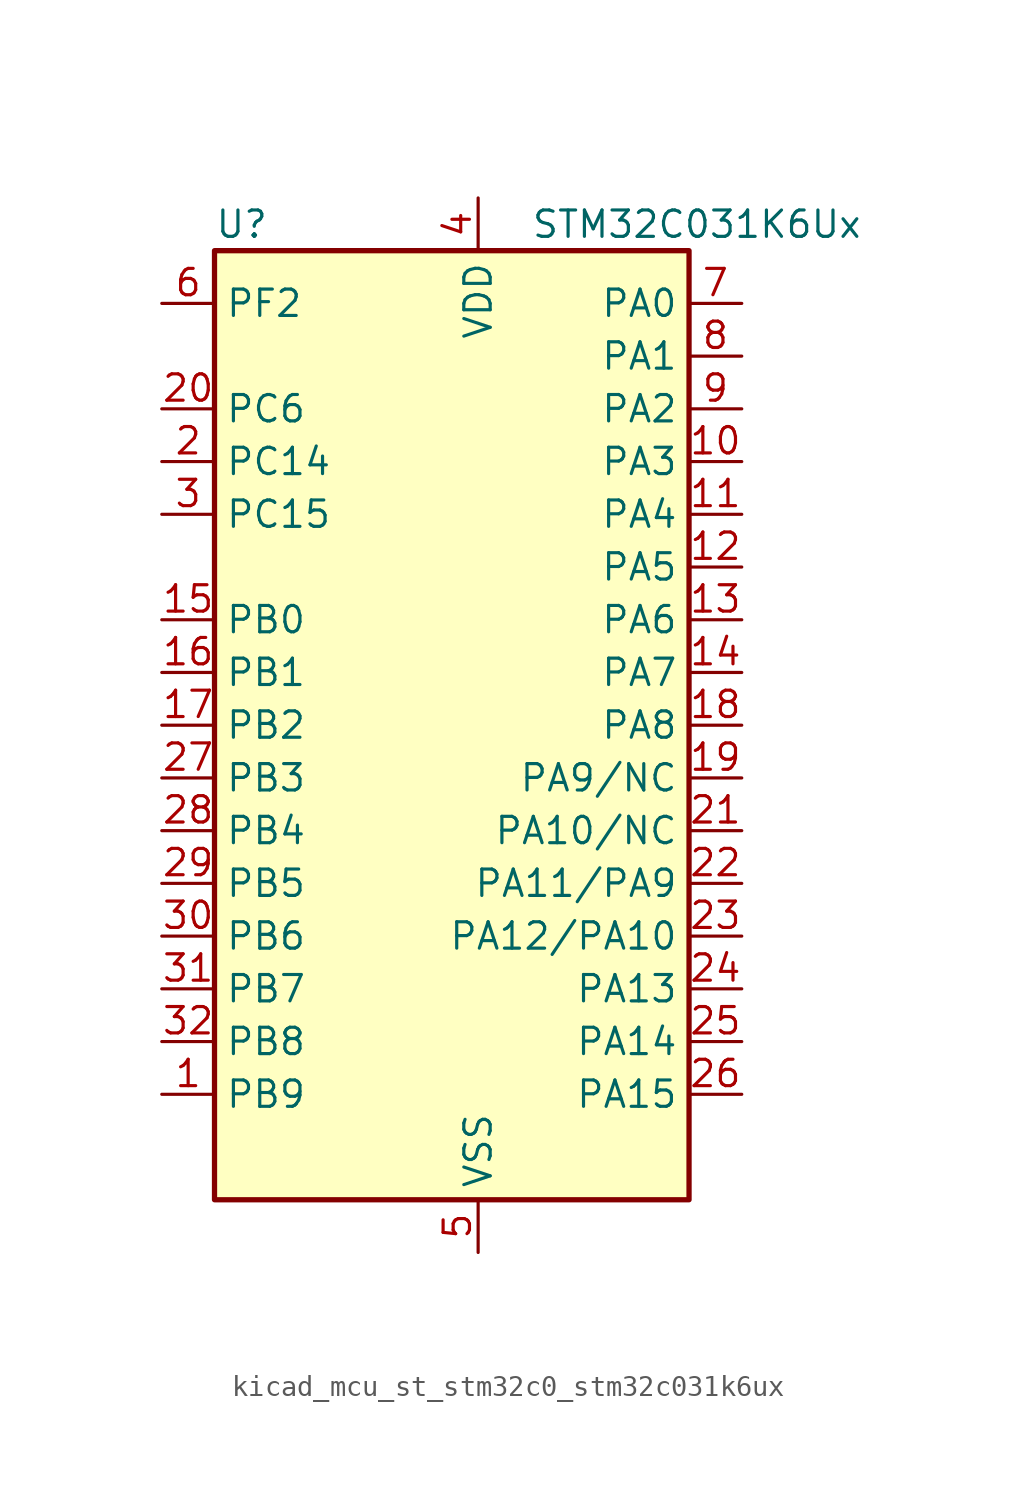
<source format=kicad_sym>
(kicad_symbol_lib
  (version 20220914)
  (generator kicad_symbol_editor)
  (symbol "kicad_mcu_st_stm32c0_stm32c031k6ux"
    (property "Reference" "U"
      (at -10.16 24.13 0)
      (effects (font (size 1.27 1.27)) (justify left)))
    (property "Value" "STM32C031K6Ux"
      (at 5.08 24.13 0)
      (effects (font (size 1.27 1.27)) (justify left)))
    (property "ki_locked" ""
      (at 0 0 0)
      (effects (font (size 1.27 1.27))))
    (symbol "kicad_mcu_st_stm32c0_stm32c031k6ux_0_1"
      (rectangle (start -10.16 -22.86) (end 12.7 22.86) (stroke (width 0.254) (type default)) (fill (type background))))
    (symbol "kicad_mcu_st_stm32c0_stm32c031k6ux_1_1"
      (pin bidirectional line (at -12.7 -17.78 0) (length 2.54) (name "PB9" (effects (font (size 1.27 1.27)))) (number "1" (effects (font (size 1.27 1.27)))) (alternate "I2C1_SDA" bidirectional line) (alternate "IR_OUT" bidirectional line) (alternate "TIM17_CH1" bidirectional line) (alternate "TIM3_CH2" bidirectional line) (alternate "USART2_CK" bidirectional line) (alternate "USART2_DE" bidirectional line) (alternate "USART2_RTS" bidirectional line))
      (pin bidirectional line (at 15.24 12.7 180) (length 2.54) (name "PA3" (effects (font (size 1.27 1.27)))) (number "10" (effects (font (size 1.27 1.27)))) (alternate "ADC1_IN3" bidirectional line) (alternate "TIM1_CH1N" bidirectional line) (alternate "TIM1_CH4" bidirectional line) (alternate "USART2_RX" bidirectional line))
      (pin bidirectional line (at 15.24 10.16 180) (length 2.54) (name "PA4" (effects (font (size 1.27 1.27)))) (number "11" (effects (font (size 1.27 1.27)))) (alternate "ADC1_IN4" bidirectional line) (alternate "I2S1_WS" bidirectional line) (alternate "PWR_WKUP2" bidirectional line) (alternate "RTC_OUT1" bidirectional line) (alternate "RTC_TS" bidirectional line) (alternate "SPI1_NSS" bidirectional line) (alternate "TIM14_CH1" bidirectional line) (alternate "TIM17_CH1N" bidirectional line) (alternate "TIM1_CH2N" bidirectional line) (alternate "USART2_TX" bidirectional line))
      (pin bidirectional line (at 15.24 7.62 180) (length 2.54) (name "PA5" (effects (font (size 1.27 1.27)))) (number "12" (effects (font (size 1.27 1.27)))) (alternate "ADC1_IN5" bidirectional line) (alternate "I2S1_CK" bidirectional line) (alternate "SPI1_SCK" bidirectional line) (alternate "TIM1_CH1" bidirectional line) (alternate "TIM1_CH3N" bidirectional line) (alternate "USART2_RX" bidirectional line))
      (pin bidirectional line (at 15.24 5.08 180) (length 2.54) (name "PA6" (effects (font (size 1.27 1.27)))) (number "13" (effects (font (size 1.27 1.27)))) (alternate "ADC1_IN6" bidirectional line) (alternate "I2S1_MCK" bidirectional line) (alternate "SPI1_MISO" bidirectional line) (alternate "TIM16_CH1" bidirectional line) (alternate "TIM1_BKIN" bidirectional line) (alternate "TIM3_CH1" bidirectional line))
      (pin bidirectional line (at 15.24 2.54 180) (length 2.54) (name "PA7" (effects (font (size 1.27 1.27)))) (number "14" (effects (font (size 1.27 1.27)))) (alternate "ADC1_IN7" bidirectional line) (alternate "I2S1_SD" bidirectional line) (alternate "SPI1_MOSI" bidirectional line) (alternate "TIM14_CH1" bidirectional line) (alternate "TIM17_CH1" bidirectional line) (alternate "TIM1_CH1N" bidirectional line) (alternate "TIM3_CH2" bidirectional line))
      (pin bidirectional line (at -12.7 5.08 0) (length 2.54) (name "PB0" (effects (font (size 1.27 1.27)))) (number "15" (effects (font (size 1.27 1.27)))) (alternate "ADC1_IN17" bidirectional line) (alternate "I2S1_WS" bidirectional line) (alternate "SPI1_NSS" bidirectional line) (alternate "TIM1_CH2N" bidirectional line) (alternate "TIM3_CH3" bidirectional line))
      (pin bidirectional line (at -12.7 2.54 0) (length 2.54) (name "PB1" (effects (font (size 1.27 1.27)))) (number "16" (effects (font (size 1.27 1.27)))) (alternate "ADC1_IN18" bidirectional line) (alternate "TIM14_CH1" bidirectional line) (alternate "TIM1_CH2N" bidirectional line) (alternate "TIM1_CH3N" bidirectional line) (alternate "TIM3_CH4" bidirectional line))
      (pin bidirectional line (at -12.7 0 0) (length 2.54) (name "PB2" (effects (font (size 1.27 1.27)))) (number "17" (effects (font (size 1.27 1.27)))) (alternate "ADC1_IN19" bidirectional line) (alternate "RCC_MCO_2" bidirectional line) (alternate "USART1_RX" bidirectional line))
      (pin bidirectional line (at 15.24 0 180) (length 2.54) (name "PA8" (effects (font (size 1.27 1.27)))) (number "18" (effects (font (size 1.27 1.27)))) (alternate "ADC1_IN8" bidirectional line) (alternate "I2S1_WS" bidirectional line) (alternate "RCC_MCO" bidirectional line) (alternate "RCC_MCO_2" bidirectional line) (alternate "SPI1_NSS" bidirectional line) (alternate "TIM14_CH1" bidirectional line) (alternate "TIM1_CH1" bidirectional line) (alternate "TIM1_CH2N" bidirectional line) (alternate "TIM1_CH3N" bidirectional line) (alternate "TIM3_CH3" bidirectional line) (alternate "TIM3_CH4" bidirectional line) (alternate "USART1_RX" bidirectional line) (alternate "USART2_TX" bidirectional line))
      (pin bidirectional line (at 15.24 -2.54 180) (length 2.54) (name "PA9/NC" (effects (font (size 1.27 1.27)))) (number "19" (effects (font (size 1.27 1.27)))) (alternate "I2C1_SCL" bidirectional line) (alternate "RCC_MCO" bidirectional line) (alternate "TIM1_CH2" bidirectional line) (alternate "TIM3_ETR" bidirectional line) (alternate "USART1_TX" bidirectional line))
      (pin bidirectional line (at -12.7 12.7 0) (length 2.54) (name "PC14" (effects (font (size 1.27 1.27)))) (number "2" (effects (font (size 1.27 1.27)))) (alternate "I2C1_SDA" bidirectional line) (alternate "IR_OUT" bidirectional line) (alternate "RCC_OSCX_IN" bidirectional line) (alternate "TIM17_CH1" bidirectional line) (alternate "TIM1_BKIN2" bidirectional line) (alternate "TIM1_ETR" bidirectional line) (alternate "TIM3_CH2" bidirectional line) (alternate "USART1_TX" bidirectional line) (alternate "USART2_CK" bidirectional line) (alternate "USART2_DE" bidirectional line) (alternate "USART2_RTS" bidirectional line))
      (pin bidirectional line (at -12.7 15.24 0) (length 2.54) (name "PC6" (effects (font (size 1.27 1.27)))) (number "20" (effects (font (size 1.27 1.27)))) (alternate "TIM3_CH1" bidirectional line))
      (pin bidirectional line (at 15.24 -5.08 180) (length 2.54) (name "PA10/NC" (effects (font (size 1.27 1.27)))) (number "21" (effects (font (size 1.27 1.27)))) (alternate "I2C1_SDA" bidirectional line) (alternate "RCC_MCO_2" bidirectional line) (alternate "TIM17_BKIN" bidirectional line) (alternate "TIM1_CH3" bidirectional line) (alternate "USART1_RX" bidirectional line))
      (pin bidirectional line (at 15.24 -7.62 180) (length 2.54) (name "PA11/PA9" (effects (font (size 1.27 1.27)))) (number "22" (effects (font (size 1.27 1.27)))) (alternate "ADC1_EXTI11" bidirectional line) (alternate "ADC1_IN11" bidirectional line) (alternate "I2S1_MCK" bidirectional line) (alternate "SPI1_MISO" bidirectional line) (alternate "TIM1_BKIN2" bidirectional line) (alternate "TIM1_CH4" bidirectional line) (alternate "USART1_CTS" bidirectional line) (alternate "USART1_NSS" bidirectional line))
      (pin bidirectional line (at 15.24 -10.16 180) (length 2.54) (name "PA12/PA10" (effects (font (size 1.27 1.27)))) (number "23" (effects (font (size 1.27 1.27)))) (alternate "ADC1_IN12" bidirectional line) (alternate "I2S1_SD" bidirectional line) (alternate "I2S_CKIN" bidirectional line) (alternate "SPI1_MOSI" bidirectional line) (alternate "TIM1_ETR" bidirectional line) (alternate "USART1_CK" bidirectional line) (alternate "USART1_DE" bidirectional line) (alternate "USART1_RTS" bidirectional line))
      (pin bidirectional line (at 15.24 -12.7 180) (length 2.54) (name "PA13" (effects (font (size 1.27 1.27)))) (number "24" (effects (font (size 1.27 1.27)))) (alternate "ADC1_IN13" bidirectional line) (alternate "DEBUG_SWDIO" bidirectional line) (alternate "IR_OUT" bidirectional line) (alternate "TIM3_ETR" bidirectional line) (alternate "USART2_RX" bidirectional line))
      (pin bidirectional line (at 15.24 -15.24 180) (length 2.54) (name "PA14" (effects (font (size 1.27 1.27)))) (number "25" (effects (font (size 1.27 1.27)))) (alternate "ADC1_IN14" bidirectional line) (alternate "DEBUG_SWCLK" bidirectional line) (alternate "I2S1_WS" bidirectional line) (alternate "RCC_MCO_2" bidirectional line) (alternate "SPI1_NSS" bidirectional line) (alternate "TIM1_CH1" bidirectional line) (alternate "USART1_CK" bidirectional line) (alternate "USART1_DE" bidirectional line) (alternate "USART1_RTS" bidirectional line) (alternate "USART2_RX" bidirectional line) (alternate "USART2_TX" bidirectional line))
      (pin bidirectional line (at 15.24 -17.78 180) (length 2.54) (name "PA15" (effects (font (size 1.27 1.27)))) (number "26" (effects (font (size 1.27 1.27)))) (alternate "I2S1_WS" bidirectional line) (alternate "RCC_MCO_2" bidirectional line) (alternate "SPI1_NSS" bidirectional line) (alternate "TIM1_CH1" bidirectional line) (alternate "USART1_CK" bidirectional line) (alternate "USART1_DE" bidirectional line) (alternate "USART1_RTS" bidirectional line) (alternate "USART2_RX" bidirectional line))
      (pin bidirectional line (at -12.7 -2.54 0) (length 2.54) (name "PB3" (effects (font (size 1.27 1.27)))) (number "27" (effects (font (size 1.27 1.27)))) (alternate "I2S1_CK" bidirectional line) (alternate "SPI1_SCK" bidirectional line) (alternate "TIM1_CH2" bidirectional line) (alternate "TIM3_CH2" bidirectional line) (alternate "USART1_CK" bidirectional line) (alternate "USART1_DE" bidirectional line) (alternate "USART1_RTS" bidirectional line))
      (pin bidirectional line (at -12.7 -5.08 0) (length 2.54) (name "PB4" (effects (font (size 1.27 1.27)))) (number "28" (effects (font (size 1.27 1.27)))) (alternate "I2S1_MCK" bidirectional line) (alternate "SPI1_MISO" bidirectional line) (alternate "TIM17_BKIN" bidirectional line) (alternate "TIM3_CH1" bidirectional line) (alternate "USART1_CTS" bidirectional line) (alternate "USART1_NSS" bidirectional line))
      (pin bidirectional line (at -12.7 -7.62 0) (length 2.54) (name "PB5" (effects (font (size 1.27 1.27)))) (number "29" (effects (font (size 1.27 1.27)))) (alternate "I2C1_SMBA" bidirectional line) (alternate "I2S1_SD" bidirectional line) (alternate "PWR_WKUP6" bidirectional line) (alternate "SPI1_MOSI" bidirectional line) (alternate "TIM16_BKIN" bidirectional line) (alternate "TIM3_CH2" bidirectional line) (alternate "TIM3_CH3" bidirectional line))
      (pin bidirectional line (at -12.7 10.16 0) (length 2.54) (name "PC15" (effects (font (size 1.27 1.27)))) (number "3" (effects (font (size 1.27 1.27)))) (alternate "RCC_OSC32_EN" bidirectional line) (alternate "RCC_OSCX_OUT" bidirectional line) (alternate "RCC_OSC_EN" bidirectional line) (alternate "TIM1_ETR" bidirectional line) (alternate "TIM3_CH3" bidirectional line))
      (pin bidirectional line (at -12.7 -10.16 0) (length 2.54) (name "PB6" (effects (font (size 1.27 1.27)))) (number "30" (effects (font (size 1.27 1.27)))) (alternate "I2C1_SCL" bidirectional line) (alternate "I2C1_SMBA" bidirectional line) (alternate "I2S1_CK" bidirectional line) (alternate "I2S1_MCK" bidirectional line) (alternate "I2S1_SD" bidirectional line) (alternate "PWR_WKUP3" bidirectional line) (alternate "SPI1_MISO" bidirectional line) (alternate "SPI1_MOSI" bidirectional line) (alternate "SPI1_SCK" bidirectional line) (alternate "TIM16_BKIN" bidirectional line) (alternate "TIM16_CH1N" bidirectional line) (alternate "TIM17_BKIN" bidirectional line) (alternate "TIM1_CH2" bidirectional line) (alternate "TIM1_CH3" bidirectional line) (alternate "TIM3_CH1" bidirectional line) (alternate "TIM3_CH2" bidirectional line) (alternate "TIM3_CH3" bidirectional line) (alternate "USART1_CK" bidirectional line) (alternate "USART1_CTS" bidirectional line) (alternate "USART1_DE" bidirectional line) (alternate "USART1_NSS" bidirectional line) (alternate "USART1_RTS" bidirectional line) (alternate "USART1_TX" bidirectional line))
      (pin bidirectional line (at -12.7 -12.7 0) (length 2.54) (name "PB7" (effects (font (size 1.27 1.27)))) (number "31" (effects (font (size 1.27 1.27)))) (alternate "I2C1_SCL" bidirectional line) (alternate "I2C1_SDA" bidirectional line) (alternate "RTC_REFIN" bidirectional line) (alternate "TIM16_CH1" bidirectional line) (alternate "TIM17_CH1N" bidirectional line) (alternate "TIM1_CH4" bidirectional line) (alternate "TIM3_CH1" bidirectional line) (alternate "TIM3_CH4" bidirectional line) (alternate "USART1_RX" bidirectional line) (alternate "USART2_CTS" bidirectional line) (alternate "USART2_NSS" bidirectional line))
      (pin bidirectional line (at -12.7 -15.24 0) (length 2.54) (name "PB8" (effects (font (size 1.27 1.27)))) (number "32" (effects (font (size 1.27 1.27)))) (alternate "I2C1_SCL" bidirectional line) (alternate "TIM16_CH1" bidirectional line) (alternate "TIM3_CH1" bidirectional line) (alternate "USART2_CTS" bidirectional line) (alternate "USART2_NSS" bidirectional line))
      (pin passive line (at 2.54 -25.4 90) (length 2.54) hide (name "VSS" (effects (font (size 1.27 1.27)))) (number "33" (effects (font (size 1.27 1.27)))))
      (pin power_in line (at 2.54 25.4 270) (length 2.54) (name "VDD" (effects (font (size 1.27 1.27)))) (number "4" (effects (font (size 1.27 1.27)))))
      (pin power_in line (at 2.54 -25.4 90) (length 2.54) (name "VSS" (effects (font (size 1.27 1.27)))) (number "5" (effects (font (size 1.27 1.27)))))
      (pin bidirectional line (at -12.7 20.32 0) (length 2.54) (name "PF2" (effects (font (size 1.27 1.27)))) (number "6" (effects (font (size 1.27 1.27)))) (alternate "RCC_MCO" bidirectional line) (alternate "TIM1_CH4" bidirectional line))
      (pin bidirectional line (at 15.24 20.32 180) (length 2.54) (name "PA0" (effects (font (size 1.27 1.27)))) (number "7" (effects (font (size 1.27 1.27)))) (alternate "ADC1_IN0" bidirectional line) (alternate "PWR_WKUP1" bidirectional line) (alternate "TIM16_CH1" bidirectional line) (alternate "TIM1_CH1" bidirectional line) (alternate "USART1_TX" bidirectional line) (alternate "USART2_CTS" bidirectional line) (alternate "USART2_NSS" bidirectional line))
      (pin bidirectional line (at 15.24 17.78 180) (length 2.54) (name "PA1" (effects (font (size 1.27 1.27)))) (number "8" (effects (font (size 1.27 1.27)))) (alternate "ADC1_IN1" bidirectional line) (alternate "I2C1_SMBA" bidirectional line) (alternate "I2S1_CK" bidirectional line) (alternate "SPI1_SCK" bidirectional line) (alternate "TIM17_CH1" bidirectional line) (alternate "TIM1_CH2" bidirectional line) (alternate "USART1_RX" bidirectional line) (alternate "USART2_CK" bidirectional line) (alternate "USART2_DE" bidirectional line) (alternate "USART2_RTS" bidirectional line))
      (pin bidirectional line (at 15.24 15.24 180) (length 2.54) (name "PA2" (effects (font (size 1.27 1.27)))) (number "9" (effects (font (size 1.27 1.27)))) (alternate "ADC1_IN2" bidirectional line) (alternate "I2S1_SD" bidirectional line) (alternate "PWR_WKUP4" bidirectional line) (alternate "RCC_LSCO" bidirectional line) (alternate "SPI1_MOSI" bidirectional line) (alternate "TIM16_CH1N" bidirectional line) (alternate "TIM1_CH3" bidirectional line) (alternate "TIM3_ETR" bidirectional line) (alternate "USART2_TX" bidirectional line)))))
</source>
